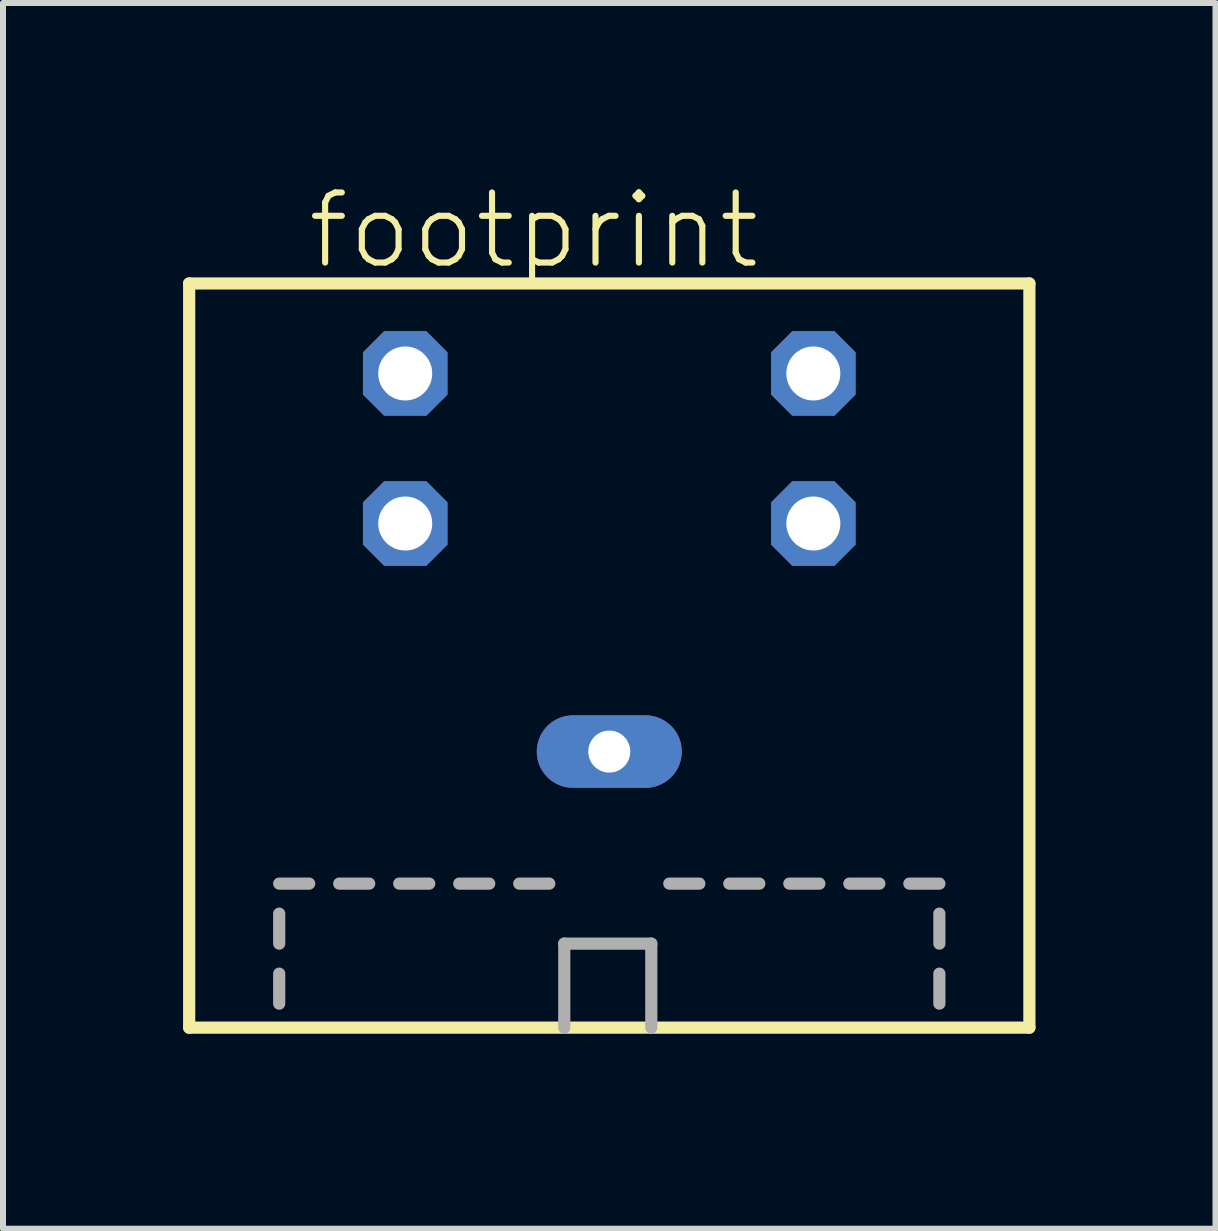
<source format=kicad_pcb>
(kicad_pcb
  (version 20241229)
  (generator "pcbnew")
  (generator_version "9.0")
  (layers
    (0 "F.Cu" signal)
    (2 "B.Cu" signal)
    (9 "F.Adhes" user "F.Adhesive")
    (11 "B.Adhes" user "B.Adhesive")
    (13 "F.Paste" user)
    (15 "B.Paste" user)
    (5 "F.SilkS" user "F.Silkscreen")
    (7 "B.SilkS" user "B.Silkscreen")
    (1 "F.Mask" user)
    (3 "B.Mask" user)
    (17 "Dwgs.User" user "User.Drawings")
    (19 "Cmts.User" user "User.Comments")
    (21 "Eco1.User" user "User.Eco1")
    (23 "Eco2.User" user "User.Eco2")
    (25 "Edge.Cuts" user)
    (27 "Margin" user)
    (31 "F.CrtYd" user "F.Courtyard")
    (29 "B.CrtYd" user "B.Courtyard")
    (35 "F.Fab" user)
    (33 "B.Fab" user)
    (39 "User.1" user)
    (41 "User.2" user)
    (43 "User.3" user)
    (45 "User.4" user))
  (footprint "footprint"
    (layer "F.Cu")
    (at 7.102 14.173)
    (property "Reference" "footprint" (at -5.08 -12.7 0) (layer "F.SilkS") (effects (font (size 1.168 1.168) (thickness 0.102)) (justify left bottom)))
    (fp_line (start -7 -12.5) (end -7 -0.1) (stroke (width 0.203) (type solid)) (layer "F.SilkS"))
    (fp_line (start -7 -0.1) (end 7 -0.1) (stroke (width 0.203) (type solid)) (layer "F.SilkS"))
    (fp_line (start 7 -12.5) (end -7 -12.5) (stroke (width 0.203) (type solid)) (layer "F.SilkS"))
    (fp_line (start 7 -0.1) (end 7 -12.5) (stroke (width 0.203) (type solid)) (layer "F.SilkS"))
    (fp_line (start -5.5 -2.5) (end -5 -2.5) (stroke (width 0.203) (type solid)) (layer "F.Fab"))
    (fp_line (start -5.5 -1.5) (end -5.5 -2) (stroke (width 0.203) (type solid)) (layer "F.Fab"))
    (fp_line (start -5.5 -0.5) (end -5.5 -1) (stroke (width 0.203) (type solid)) (layer "F.Fab"))
    (fp_line (start -4.5 -2.5) (end -4 -2.5) (stroke (width 0.203) (type solid)) (layer "F.Fab"))
    (fp_line (start -3.5 -2.5) (end -3 -2.5) (stroke (width 0.203) (type solid)) (layer "F.Fab"))
    (fp_line (start -2.5 -2.5) (end -2 -2.5) (stroke (width 0.203) (type solid)) (layer "F.Fab"))
    (fp_line (start -1.5 -2.5) (end -1 -2.5) (stroke (width 0.203) (type solid)) (layer "F.Fab"))
    (fp_line (start -0.75 -1.5) (end 0.7 -1.5) (stroke (width 0.203) (type solid)) (layer "F.Fab"))
    (fp_line (start -0.75 -0.1) (end -0.75 -1.5) (stroke (width 0.203) (type solid)) (layer "F.Fab"))
    (fp_line (start 0.7 -1.5) (end 0.7 -0.1) (stroke (width 0.203) (type solid)) (layer "F.Fab"))
    (fp_line (start 1 -2.5) (end 1.5 -2.5) (stroke (width 0.203) (type solid)) (layer "F.Fab"))
    (fp_line (start 2 -2.5) (end 2.5 -2.5) (stroke (width 0.203) (type solid)) (layer "F.Fab"))
    (fp_line (start 3 -2.5) (end 3.5 -2.5) (stroke (width 0.203) (type solid)) (layer "F.Fab"))
    (fp_line (start 4 -2.5) (end 4.5 -2.5) (stroke (width 0.203) (type solid)) (layer "F.Fab"))
    (fp_line (start 5 -2.5) (end 5.5 -2.5) (stroke (width 0.203) (type solid)) (layer "F.Fab"))
    (fp_line (start 5.5 -1.5) (end 5.5 -2) (stroke (width 0.203) (type solid)) (layer "F.Fab"))
    (fp_line (start 5.5 -0.5) (end 5.5 -1) (stroke (width 0.203) (type solid)) (layer "F.Fab"))
    (pad "1" thru_hole roundrect (at 3.4 -8.5) (size 1.408 1.408) (drill 0.9) (layers "*.Cu" "*.Mask") (roundrect_rratio 0.25) (chamfer_ratio 0.25) (chamfer top_left top_right bottom_left bottom_right))
    (pad "2" thru_hole roundrect (at -3.4 -8.5) (size 1.408 1.408) (drill 0.9) (layers "*.Cu" "*.Mask") (roundrect_rratio 0.25) (chamfer_ratio 0.25) (chamfer top_left top_right bottom_left bottom_right))
    (pad "3" thru_hole roundrect (at 3.4 -11) (size 1.408 1.408) (drill 0.9) (layers "*.Cu" "*.Mask") (roundrect_rratio 0.25) (chamfer_ratio 0.25) (chamfer top_left top_right bottom_left bottom_right))
    (pad "4" thru_hole roundrect (at -3.4 -11) (size 1.408 1.408) (drill 0.9) (layers "*.Cu" "*.Mask") (roundrect_rratio 0.25) (chamfer_ratio 0.25) (chamfer top_left top_right bottom_left bottom_right))
    (pad "M" thru_hole oval (at 0 -4.7) (size 2.416 1.208) (drill 0.7) (layers "*.Cu" "*.Mask")))
  (gr_rect
    (start -3 -3)
    (end 17.203 17.423)
    (stroke (width 0.1) (type default))
    (fill no)
    (layer "Edge.Cuts")))
</source>
